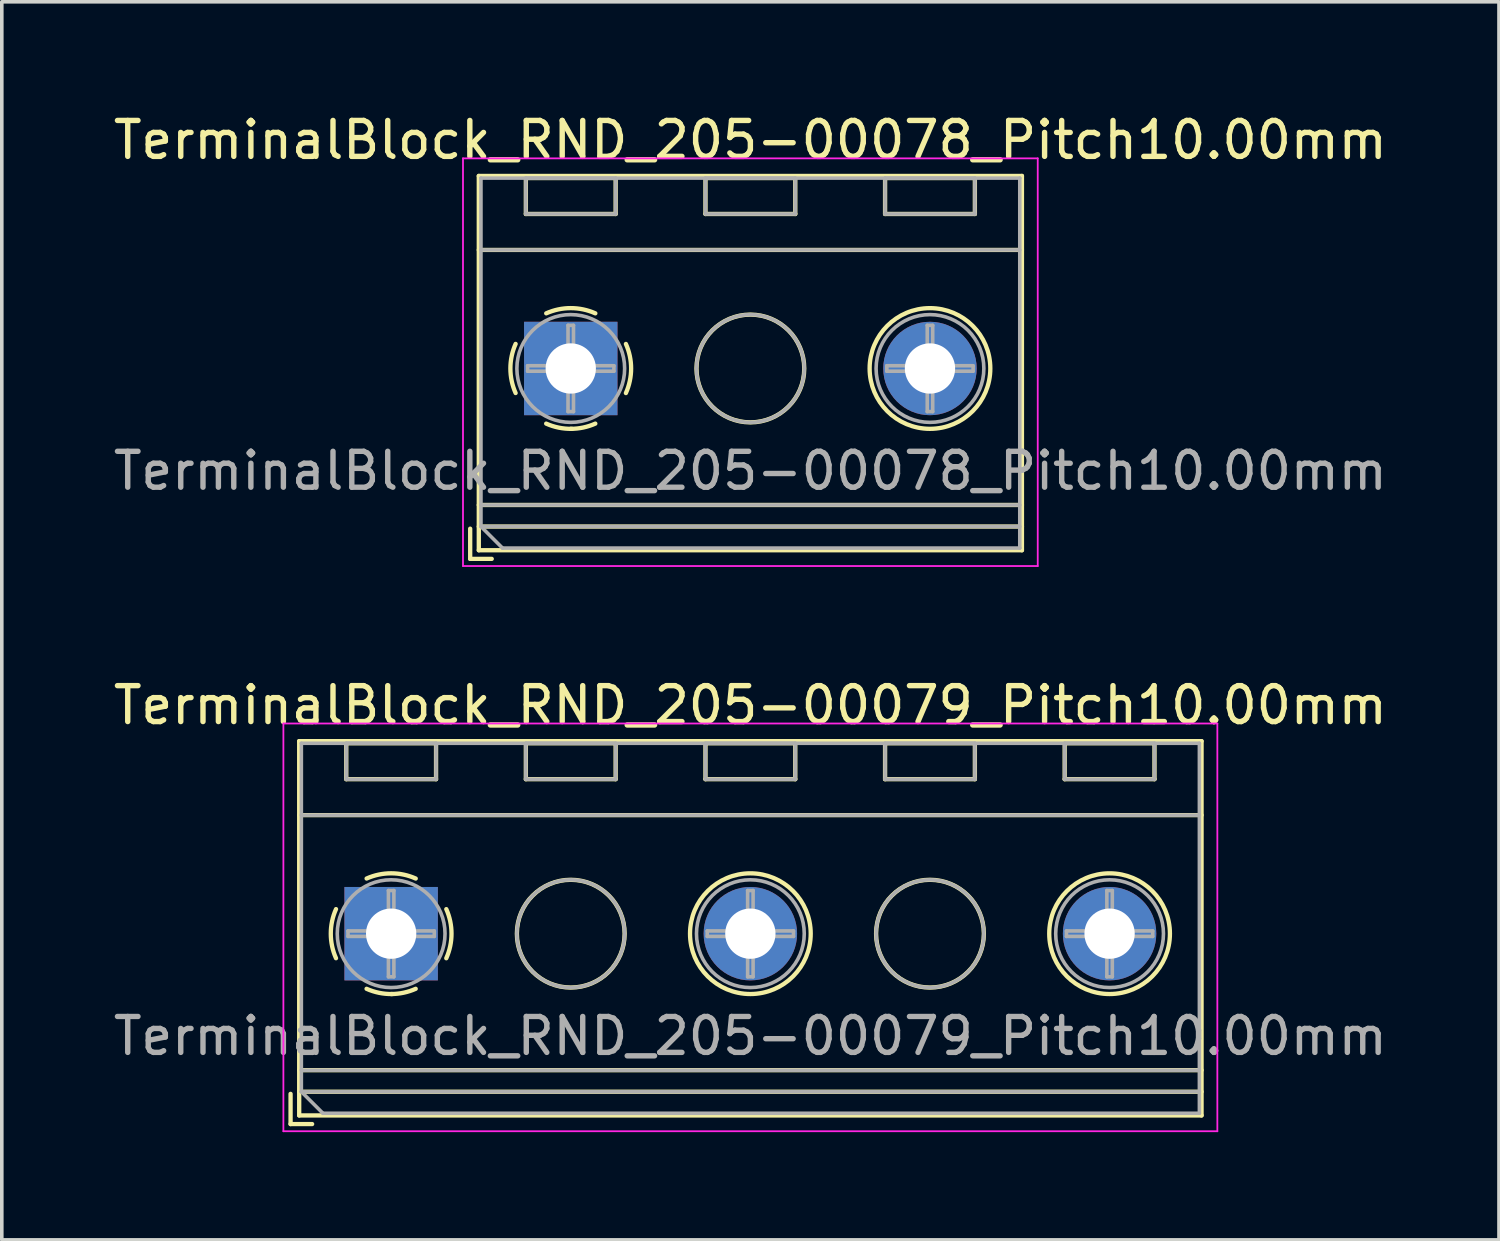
<source format=kicad_pcb>
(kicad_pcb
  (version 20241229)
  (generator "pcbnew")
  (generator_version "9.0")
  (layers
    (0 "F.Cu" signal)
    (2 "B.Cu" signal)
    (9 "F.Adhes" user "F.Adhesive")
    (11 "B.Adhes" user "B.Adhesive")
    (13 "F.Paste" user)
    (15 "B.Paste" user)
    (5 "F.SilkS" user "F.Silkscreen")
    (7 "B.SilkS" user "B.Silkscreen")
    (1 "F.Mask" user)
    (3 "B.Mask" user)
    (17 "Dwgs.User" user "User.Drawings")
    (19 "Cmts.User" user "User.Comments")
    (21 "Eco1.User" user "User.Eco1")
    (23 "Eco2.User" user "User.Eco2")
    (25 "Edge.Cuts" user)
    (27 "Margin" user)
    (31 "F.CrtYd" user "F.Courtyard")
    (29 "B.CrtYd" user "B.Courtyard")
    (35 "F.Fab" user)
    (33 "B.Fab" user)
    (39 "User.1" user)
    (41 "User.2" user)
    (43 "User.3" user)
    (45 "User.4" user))
  (footprint "TerminalBlock_RND_205-00079_Pitch10.00mm"
    (layer "F.Cu")
    (at 7.839 22.942)
    (property "Reference" "TerminalBlock_RND_205-00079_Pitch10.00mm" (at 10 -6.36 0) (layer "F.SilkS") (effects (font (size 1 1) (thickness 0.15))))
    (attr through_hole)
    (fp_line (start -2.8 4.46) (end -2.8 5.3) (stroke (width 0.12) (type solid)) (layer "F.SilkS"))
    (fp_line (start -2.8 5.3) (end -2.2 5.3) (stroke (width 0.12) (type solid)) (layer "F.SilkS"))
    (fp_line (start -2.56 -5.36) (end -2.56 5.06) (stroke (width 0.12) (type solid)) (layer "F.SilkS"))
    (fp_line (start -2.56 -3.3) (end 22.56 -3.3) (stroke (width 0.12) (type solid)) (layer "F.SilkS"))
    (fp_line (start -2.56 3.8) (end 22.56 3.8) (stroke (width 0.12) (type solid)) (layer "F.SilkS"))
    (fp_line (start -2.56 4.4) (end 22.56 4.4) (stroke (width 0.12) (type solid)) (layer "F.SilkS"))
    (fp_line (start -2.56 5.06) (end 22.56 5.06) (stroke (width 0.12) (type solid)) (layer "F.SilkS"))
    (fp_line (start -1.25 -5.301) (end -1.25 -4.301) (stroke (width 0.12) (type solid)) (layer "F.SilkS"))
    (fp_line (start -1.25 -5.301) (end 1.25 -5.301) (stroke (width 0.12) (type solid)) (layer "F.SilkS"))
    (fp_line (start -1.25 -4.301) (end 1.25 -4.301) (stroke (width 0.12) (type solid)) (layer "F.SilkS"))
    (fp_line (start 1.25 -5.301) (end 1.25 -4.301) (stroke (width 0.12) (type solid)) (layer "F.SilkS"))
    (fp_line (start 3.75 -5.301) (end 3.75 -4.301) (stroke (width 0.12) (type solid)) (layer "F.SilkS"))
    (fp_line (start 3.75 -5.301) (end 6.25 -5.301) (stroke (width 0.12) (type solid)) (layer "F.SilkS"))
    (fp_line (start 3.75 -4.301) (end 6.25 -4.301) (stroke (width 0.12) (type solid)) (layer "F.SilkS"))
    (fp_line (start 6.25 -5.301) (end 6.25 -4.301) (stroke (width 0.12) (type solid)) (layer "F.SilkS"))
    (fp_line (start 8.75 -5.301) (end 8.75 -4.301) (stroke (width 0.12) (type solid)) (layer "F.SilkS"))
    (fp_line (start 8.75 -5.301) (end 11.25 -5.301) (stroke (width 0.12) (type solid)) (layer "F.SilkS"))
    (fp_line (start 8.75 -4.301) (end 11.25 -4.301) (stroke (width 0.12) (type solid)) (layer "F.SilkS"))
    (fp_line (start 11.25 -5.301) (end 11.25 -4.301) (stroke (width 0.12) (type solid)) (layer "F.SilkS"))
    (fp_line (start 13.75 -5.301) (end 13.75 -4.301) (stroke (width 0.12) (type solid)) (layer "F.SilkS"))
    (fp_line (start 13.75 -5.301) (end 16.25 -5.301) (stroke (width 0.12) (type solid)) (layer "F.SilkS"))
    (fp_line (start 13.75 -4.301) (end 16.25 -4.301) (stroke (width 0.12) (type solid)) (layer "F.SilkS"))
    (fp_line (start 16.25 -5.301) (end 16.25 -4.301) (stroke (width 0.12) (type solid)) (layer "F.SilkS"))
    (fp_line (start 18.75 -5.301) (end 18.75 -4.301) (stroke (width 0.12) (type solid)) (layer "F.SilkS"))
    (fp_line (start 18.75 -5.301) (end 21.25 -5.301) (stroke (width 0.12) (type solid)) (layer "F.SilkS"))
    (fp_line (start 18.75 -4.301) (end 21.25 -4.301) (stroke (width 0.12) (type solid)) (layer "F.SilkS"))
    (fp_line (start 21.25 -5.301) (end 21.25 -4.301) (stroke (width 0.12) (type solid)) (layer "F.SilkS"))
    (fp_line (start 22.56 -5.36) (end -2.56 -5.36) (stroke (width 0.12) (type solid)) (layer "F.SilkS"))
    (fp_line (start 22.56 5.06) (end 22.56 -5.36) (stroke (width 0.12) (type solid)) (layer "F.SilkS"))
    (fp_arc (start -1.535427 0.683042) (mid -1.680501 -0.000524) (end -1.535 -0.684) (stroke (width 0.12) (type solid)) (layer "F.SilkS"))
    (fp_arc (start -0.683042 -1.535427) (mid 0.000524 -1.680501) (end 0.684 -1.535) (stroke (width 0.12) (type solid)) (layer "F.SilkS"))
    (fp_arc (start 0.028805 1.680253) (mid -0.335551 1.646659) (end -0.684 1.535) (stroke (width 0.12) (type solid)) (layer "F.SilkS"))
    (fp_arc (start 0.683318 1.534756) (mid 0.349292 1.643288) (end 0 1.68) (stroke (width 0.12) (type solid)) (layer "F.SilkS"))
    (fp_arc (start 1.535427 -0.683042) (mid 1.680501 0.000524) (end 1.535 0.684) (stroke (width 0.12) (type solid)) (layer "F.SilkS"))
    (fp_circle (center 5 0) (end 6.5 0) (stroke (width 0.12) (type solid)) (fill no) (layer "F.SilkS"))
    (fp_circle (center 10 0) (end 11.68 0) (stroke (width 0.12) (type solid)) (fill no) (layer "F.SilkS"))
    (fp_circle (center 15 0) (end 16.5 0) (stroke (width 0.12) (type solid)) (fill no) (layer "F.SilkS"))
    (fp_circle (center 20 0) (end 21.68 0) (stroke (width 0.12) (type solid)) (fill no) (layer "F.SilkS"))
    (fp_line (start -3 -5.85) (end -3 5.5) (stroke (width 0.05) (type solid)) (layer "F.CrtYd"))
    (fp_line (start -3 5.5) (end 23 5.5) (stroke (width 0.05) (type solid)) (layer "F.CrtYd"))
    (fp_line (start 23 -5.85) (end -3 -5.85) (stroke (width 0.05) (type solid)) (layer "F.CrtYd"))
    (fp_line (start 23 5.5) (end 23 -5.85) (stroke (width 0.05) (type solid)) (layer "F.CrtYd"))
    (fp_line (start -2.5 -5.3) (end 22.5 -5.3) (stroke (width 0.1) (type solid)) (layer "F.Fab"))
    (fp_line (start -2.5 -3.3) (end 22.5 -3.3) (stroke (width 0.1) (type solid)) (layer "F.Fab"))
    (fp_line (start -2.5 3.8) (end 22.5 3.8) (stroke (width 0.1) (type solid)) (layer "F.Fab"))
    (fp_line (start -2.5 4.4) (end -2.5 -5.3) (stroke (width 0.1) (type solid)) (layer "F.Fab"))
    (fp_line (start -2.5 4.4) (end 22.5 4.4) (stroke (width 0.1) (type solid)) (layer "F.Fab"))
    (fp_line (start -1.9 5) (end -2.5 4.4) (stroke (width 0.1) (type solid)) (layer "F.Fab"))
    (fp_line (start -1.25 -5.3) (end -1.25 -4.3) (stroke (width 0.1) (type solid)) (layer "F.Fab"))
    (fp_line (start -1.25 -4.3) (end 1.25 -4.3) (stroke (width 0.1) (type solid)) (layer "F.Fab"))
    (fp_line (start -1.201 -0.076) (end -0.076 -0.076) (stroke (width 0.1) (type solid)) (layer "F.Fab"))
    (fp_line (start -1.201 0.076) (end -1.201 -0.076) (stroke (width 0.1) (type solid)) (layer "F.Fab"))
    (fp_line (start -0.076 -1.201) (end 0.076 -1.201) (stroke (width 0.1) (type solid)) (layer "F.Fab"))
    (fp_line (start -0.076 -0.076) (end -0.076 -1.201) (stroke (width 0.1) (type solid)) (layer "F.Fab"))
    (fp_line (start -0.076 0.076) (end -1.201 0.076) (stroke (width 0.1) (type solid)) (layer "F.Fab"))
    (fp_line (start -0.076 1.201) (end -0.076 0.076) (stroke (width 0.1) (type solid)) (layer "F.Fab"))
    (fp_line (start 0.076 -1.201) (end 0.076 -0.076) (stroke (width 0.1) (type solid)) (layer "F.Fab"))
    (fp_line (start 0.076 -0.076) (end 1.201 -0.076) (stroke (width 0.1) (type solid)) (layer "F.Fab"))
    (fp_line (start 0.076 0.076) (end 0.076 1.201) (stroke (width 0.1) (type solid)) (layer "F.Fab"))
    (fp_line (start 0.076 1.201) (end -0.076 1.201) (stroke (width 0.1) (type solid)) (layer "F.Fab"))
    (fp_line (start 1.201 -0.076) (end 1.201 0.076) (stroke (width 0.1) (type solid)) (layer "F.Fab"))
    (fp_line (start 1.201 0.076) (end 0.076 0.076) (stroke (width 0.1) (type solid)) (layer "F.Fab"))
    (fp_line (start 1.25 -5.3) (end -1.25 -5.3) (stroke (width 0.1) (type solid)) (layer "F.Fab"))
    (fp_line (start 1.25 -4.3) (end 1.25 -5.3) (stroke (width 0.1) (type solid)) (layer "F.Fab"))
    (fp_line (start 3.75 -5.3) (end 3.75 -4.3) (stroke (width 0.1) (type solid)) (layer "F.Fab"))
    (fp_line (start 3.75 -4.3) (end 6.25 -4.3) (stroke (width 0.1) (type solid)) (layer "F.Fab"))
    (fp_line (start 6.25 -5.3) (end 3.75 -5.3) (stroke (width 0.1) (type solid)) (layer "F.Fab"))
    (fp_line (start 6.25 -4.3) (end 6.25 -5.3) (stroke (width 0.1) (type solid)) (layer "F.Fab"))
    (fp_line (start 8.75 -5.3) (end 8.75 -4.3) (stroke (width 0.1) (type solid)) (layer "F.Fab"))
    (fp_line (start 8.75 -4.3) (end 11.25 -4.3) (stroke (width 0.1) (type solid)) (layer "F.Fab"))
    (fp_line (start 8.799 -0.076) (end 9.924 -0.076) (stroke (width 0.1) (type solid)) (layer "F.Fab"))
    (fp_line (start 8.799 0.076) (end 8.799 -0.076) (stroke (width 0.1) (type solid)) (layer "F.Fab"))
    (fp_line (start 9.924 -1.201) (end 10.076 -1.201) (stroke (width 0.1) (type solid)) (layer "F.Fab"))
    (fp_line (start 9.924 -0.076) (end 9.924 -1.201) (stroke (width 0.1) (type solid)) (layer "F.Fab"))
    (fp_line (start 9.924 0.076) (end 8.799 0.076) (stroke (width 0.1) (type solid)) (layer "F.Fab"))
    (fp_line (start 9.924 1.201) (end 9.924 0.076) (stroke (width 0.1) (type solid)) (layer "F.Fab"))
    (fp_line (start 10.076 -1.201) (end 10.076 -0.076) (stroke (width 0.1) (type solid)) (layer "F.Fab"))
    (fp_line (start 10.076 -0.076) (end 11.201 -0.076) (stroke (width 0.1) (type solid)) (layer "F.Fab"))
    (fp_line (start 10.076 0.076) (end 10.076 1.201) (stroke (width 0.1) (type solid)) (layer "F.Fab"))
    (fp_line (start 10.076 1.201) (end 9.924 1.201) (stroke (width 0.1) (type solid)) (layer "F.Fab"))
    (fp_line (start 11.201 -0.076) (end 11.201 0.076) (stroke (width 0.1) (type solid)) (layer "F.Fab"))
    (fp_line (start 11.201 0.076) (end 10.076 0.076) (stroke (width 0.1) (type solid)) (layer "F.Fab"))
    (fp_line (start 11.25 -5.3) (end 8.75 -5.3) (stroke (width 0.1) (type solid)) (layer "F.Fab"))
    (fp_line (start 11.25 -4.3) (end 11.25 -5.3) (stroke (width 0.1) (type solid)) (layer "F.Fab"))
    (fp_line (start 13.75 -5.3) (end 13.75 -4.3) (stroke (width 0.1) (type solid)) (layer "F.Fab"))
    (fp_line (start 13.75 -4.3) (end 16.25 -4.3) (stroke (width 0.1) (type solid)) (layer "F.Fab"))
    (fp_line (start 16.25 -5.3) (end 13.75 -5.3) (stroke (width 0.1) (type solid)) (layer "F.Fab"))
    (fp_line (start 16.25 -4.3) (end 16.25 -5.3) (stroke (width 0.1) (type solid)) (layer "F.Fab"))
    (fp_line (start 18.75 -5.3) (end 18.75 -4.3) (stroke (width 0.1) (type solid)) (layer "F.Fab"))
    (fp_line (start 18.75 -4.3) (end 21.25 -4.3) (stroke (width 0.1) (type solid)) (layer "F.Fab"))
    (fp_line (start 18.799 -0.076) (end 19.924 -0.076) (stroke (width 0.1) (type solid)) (layer "F.Fab"))
    (fp_line (start 18.799 0.076) (end 18.799 -0.076) (stroke (width 0.1) (type solid)) (layer "F.Fab"))
    (fp_line (start 19.924 -1.201) (end 20.076 -1.201) (stroke (width 0.1) (type solid)) (layer "F.Fab"))
    (fp_line (start 19.924 -0.076) (end 19.924 -1.201) (stroke (width 0.1) (type solid)) (layer "F.Fab"))
    (fp_line (start 19.924 0.076) (end 18.799 0.076) (stroke (width 0.1) (type solid)) (layer "F.Fab"))
    (fp_line (start 19.924 1.201) (end 19.924 0.076) (stroke (width 0.1) (type solid)) (layer "F.Fab"))
    (fp_line (start 20.076 -1.201) (end 20.076 -0.076) (stroke (width 0.1) (type solid)) (layer "F.Fab"))
    (fp_line (start 20.076 -0.076) (end 21.201 -0.076) (stroke (width 0.1) (type solid)) (layer "F.Fab"))
    (fp_line (start 20.076 0.076) (end 20.076 1.201) (stroke (width 0.1) (type solid)) (layer "F.Fab"))
    (fp_line (start 20.076 1.201) (end 19.924 1.201) (stroke (width 0.1) (type solid)) (layer "F.Fab"))
    (fp_line (start 21.201 -0.076) (end 21.201 0.076) (stroke (width 0.1) (type solid)) (layer "F.Fab"))
    (fp_line (start 21.201 0.076) (end 20.076 0.076) (stroke (width 0.1) (type solid)) (layer "F.Fab"))
    (fp_line (start 21.25 -5.3) (end 18.75 -5.3) (stroke (width 0.1) (type solid)) (layer "F.Fab"))
    (fp_line (start 21.25 -4.3) (end 21.25 -5.3) (stroke (width 0.1) (type solid)) (layer "F.Fab"))
    (fp_line (start 22.5 -5.3) (end 22.5 5) (stroke (width 0.1) (type solid)) (layer "F.Fab"))
    (fp_line (start 22.5 5) (end -1.9 5) (stroke (width 0.1) (type solid)) (layer "F.Fab"))
    (fp_circle (center 0 0) (end 1.5 0) (stroke (width 0.1) (type solid)) (fill no) (layer "F.Fab"))
    (fp_circle (center 5 0) (end 6.5 0) (stroke (width 0.1) (type solid)) (fill no) (layer "F.Fab"))
    (fp_circle (center 10 0) (end 11.5 0) (stroke (width 0.1) (type solid)) (fill no) (layer "F.Fab"))
    (fp_circle (center 15 0) (end 16.5 0) (stroke (width 0.1) (type solid)) (fill no) (layer "F.Fab"))
    (fp_circle (center 20 0) (end 21.5 0) (stroke (width 0.1) (type solid)) (fill no) (layer "F.Fab"))
    (fp_text user "${REFERENCE}" (at 10 2.85 0) (layer "F.Fab") (effects (font (size 1 1) (thickness 0.15))))
    (pad "1" thru_hole rect (at 0 0) (size 2.6 2.6) (drill 1.4) (layers "*.Cu" "*.Mask"))
    (pad "2" thru_hole circle (at 10 0) (size 2.6 2.6) (drill 1.4) (layers "*.Cu" "*.Mask"))
    (pad "3" thru_hole circle (at 20 0) (size 2.6 2.6) (drill 1.4) (layers "*.Cu" "*.Mask")))
  (footprint "TerminalBlock_RND_205-00078_Pitch10.00mm"
    (layer "F.Cu")
    (at 12.839 7.208)
    (property "Reference" "TerminalBlock_RND_205-00078_Pitch10.00mm" (at 5 -6.36 0) (layer "F.SilkS") (effects (font (size 1 1) (thickness 0.15))))
    (attr through_hole)
    (fp_line (start -2.8 4.46) (end -2.8 5.3) (stroke (width 0.12) (type solid)) (layer "F.SilkS"))
    (fp_line (start -2.8 5.3) (end -2.2 5.3) (stroke (width 0.12) (type solid)) (layer "F.SilkS"))
    (fp_line (start -2.56 -5.36) (end -2.56 5.06) (stroke (width 0.12) (type solid)) (layer "F.SilkS"))
    (fp_line (start -2.56 -3.3) (end 12.56 -3.3) (stroke (width 0.12) (type solid)) (layer "F.SilkS"))
    (fp_line (start -2.56 3.8) (end 12.56 3.8) (stroke (width 0.12) (type solid)) (layer "F.SilkS"))
    (fp_line (start -2.56 4.4) (end 12.56 4.4) (stroke (width 0.12) (type solid)) (layer "F.SilkS"))
    (fp_line (start -2.56 5.06) (end 12.56 5.06) (stroke (width 0.12) (type solid)) (layer "F.SilkS"))
    (fp_line (start -1.25 -5.301) (end -1.25 -4.301) (stroke (width 0.12) (type solid)) (layer "F.SilkS"))
    (fp_line (start -1.25 -5.301) (end 1.25 -5.301) (stroke (width 0.12) (type solid)) (layer "F.SilkS"))
    (fp_line (start -1.25 -4.301) (end 1.25 -4.301) (stroke (width 0.12) (type solid)) (layer "F.SilkS"))
    (fp_line (start 1.25 -5.301) (end 1.25 -4.301) (stroke (width 0.12) (type solid)) (layer "F.SilkS"))
    (fp_line (start 3.75 -5.301) (end 3.75 -4.301) (stroke (width 0.12) (type solid)) (layer "F.SilkS"))
    (fp_line (start 3.75 -5.301) (end 6.25 -5.301) (stroke (width 0.12) (type solid)) (layer "F.SilkS"))
    (fp_line (start 3.75 -4.301) (end 6.25 -4.301) (stroke (width 0.12) (type solid)) (layer "F.SilkS"))
    (fp_line (start 6.25 -5.301) (end 6.25 -4.301) (stroke (width 0.12) (type solid)) (layer "F.SilkS"))
    (fp_line (start 8.75 -5.301) (end 8.75 -4.301) (stroke (width 0.12) (type solid)) (layer "F.SilkS"))
    (fp_line (start 8.75 -5.301) (end 11.25 -5.301) (stroke (width 0.12) (type solid)) (layer "F.SilkS"))
    (fp_line (start 8.75 -4.301) (end 11.25 -4.301) (stroke (width 0.12) (type solid)) (layer "F.SilkS"))
    (fp_line (start 11.25 -5.301) (end 11.25 -4.301) (stroke (width 0.12) (type solid)) (layer "F.SilkS"))
    (fp_line (start 12.56 -5.36) (end -2.56 -5.36) (stroke (width 0.12) (type solid)) (layer "F.SilkS"))
    (fp_line (start 12.56 5.06) (end 12.56 -5.36) (stroke (width 0.12) (type solid)) (layer "F.SilkS"))
    (fp_arc (start -1.535427 0.683042) (mid -1.680501 -0.000524) (end -1.535 -0.684) (stroke (width 0.12) (type solid)) (layer "F.SilkS"))
    (fp_arc (start -0.683042 -1.535427) (mid 0.000524 -1.680501) (end 0.684 -1.535) (stroke (width 0.12) (type solid)) (layer "F.SilkS"))
    (fp_arc (start 0.028805 1.680253) (mid -0.335551 1.646659) (end -0.684 1.535) (stroke (width 0.12) (type solid)) (layer "F.SilkS"))
    (fp_arc (start 0.683318 1.534756) (mid 0.349292 1.643288) (end 0 1.68) (stroke (width 0.12) (type solid)) (layer "F.SilkS"))
    (fp_arc (start 1.535427 -0.683042) (mid 1.680501 0.000524) (end 1.535 0.684) (stroke (width 0.12) (type solid)) (layer "F.SilkS"))
    (fp_circle (center 5 0) (end 6.5 0) (stroke (width 0.12) (type solid)) (fill no) (layer "F.SilkS"))
    (fp_circle (center 10 0) (end 11.68 0) (stroke (width 0.12) (type solid)) (fill no) (layer "F.SilkS"))
    (fp_line (start -3 -5.85) (end -3 5.5) (stroke (width 0.05) (type solid)) (layer "F.CrtYd"))
    (fp_line (start -3 5.5) (end 13 5.5) (stroke (width 0.05) (type solid)) (layer "F.CrtYd"))
    (fp_line (start 13 -5.85) (end -3 -5.85) (stroke (width 0.05) (type solid)) (layer "F.CrtYd"))
    (fp_line (start 13 5.5) (end 13 -5.85) (stroke (width 0.05) (type solid)) (layer "F.CrtYd"))
    (fp_line (start -2.5 -5.3) (end 12.5 -5.3) (stroke (width 0.1) (type solid)) (layer "F.Fab"))
    (fp_line (start -2.5 -3.3) (end 12.5 -3.3) (stroke (width 0.1) (type solid)) (layer "F.Fab"))
    (fp_line (start -2.5 3.8) (end 12.5 3.8) (stroke (width 0.1) (type solid)) (layer "F.Fab"))
    (fp_line (start -2.5 4.4) (end -2.5 -5.3) (stroke (width 0.1) (type solid)) (layer "F.Fab"))
    (fp_line (start -2.5 4.4) (end 12.5 4.4) (stroke (width 0.1) (type solid)) (layer "F.Fab"))
    (fp_line (start -1.9 5) (end -2.5 4.4) (stroke (width 0.1) (type solid)) (layer "F.Fab"))
    (fp_line (start -1.25 -5.3) (end -1.25 -4.3) (stroke (width 0.1) (type solid)) (layer "F.Fab"))
    (fp_line (start -1.25 -4.3) (end 1.25 -4.3) (stroke (width 0.1) (type solid)) (layer "F.Fab"))
    (fp_line (start -1.201 -0.076) (end -0.076 -0.076) (stroke (width 0.1) (type solid)) (layer "F.Fab"))
    (fp_line (start -1.201 0.076) (end -1.201 -0.076) (stroke (width 0.1) (type solid)) (layer "F.Fab"))
    (fp_line (start -0.076 -1.201) (end 0.076 -1.201) (stroke (width 0.1) (type solid)) (layer "F.Fab"))
    (fp_line (start -0.076 -0.076) (end -0.076 -1.201) (stroke (width 0.1) (type solid)) (layer "F.Fab"))
    (fp_line (start -0.076 0.076) (end -1.201 0.076) (stroke (width 0.1) (type solid)) (layer "F.Fab"))
    (fp_line (start -0.076 1.201) (end -0.076 0.076) (stroke (width 0.1) (type solid)) (layer "F.Fab"))
    (fp_line (start 0.076 -1.201) (end 0.076 -0.076) (stroke (width 0.1) (type solid)) (layer "F.Fab"))
    (fp_line (start 0.076 -0.076) (end 1.201 -0.076) (stroke (width 0.1) (type solid)) (layer "F.Fab"))
    (fp_line (start 0.076 0.076) (end 0.076 1.201) (stroke (width 0.1) (type solid)) (layer "F.Fab"))
    (fp_line (start 0.076 1.201) (end -0.076 1.201) (stroke (width 0.1) (type solid)) (layer "F.Fab"))
    (fp_line (start 1.201 -0.076) (end 1.201 0.076) (stroke (width 0.1) (type solid)) (layer "F.Fab"))
    (fp_line (start 1.201 0.076) (end 0.076 0.076) (stroke (width 0.1) (type solid)) (layer "F.Fab"))
    (fp_line (start 1.25 -5.3) (end -1.25 -5.3) (stroke (width 0.1) (type solid)) (layer "F.Fab"))
    (fp_line (start 1.25 -4.3) (end 1.25 -5.3) (stroke (width 0.1) (type solid)) (layer "F.Fab"))
    (fp_line (start 3.75 -5.3) (end 3.75 -4.3) (stroke (width 0.1) (type solid)) (layer "F.Fab"))
    (fp_line (start 3.75 -4.3) (end 6.25 -4.3) (stroke (width 0.1) (type solid)) (layer "F.Fab"))
    (fp_line (start 6.25 -5.3) (end 3.75 -5.3) (stroke (width 0.1) (type solid)) (layer "F.Fab"))
    (fp_line (start 6.25 -4.3) (end 6.25 -5.3) (stroke (width 0.1) (type solid)) (layer "F.Fab"))
    (fp_line (start 8.75 -5.3) (end 8.75 -4.3) (stroke (width 0.1) (type solid)) (layer "F.Fab"))
    (fp_line (start 8.75 -4.3) (end 11.25 -4.3) (stroke (width 0.1) (type solid)) (layer "F.Fab"))
    (fp_line (start 8.799 -0.076) (end 9.924 -0.076) (stroke (width 0.1) (type solid)) (layer "F.Fab"))
    (fp_line (start 8.799 0.076) (end 8.799 -0.076) (stroke (width 0.1) (type solid)) (layer "F.Fab"))
    (fp_line (start 9.924 -1.201) (end 10.076 -1.201) (stroke (width 0.1) (type solid)) (layer "F.Fab"))
    (fp_line (start 9.924 -0.076) (end 9.924 -1.201) (stroke (width 0.1) (type solid)) (layer "F.Fab"))
    (fp_line (start 9.924 0.076) (end 8.799 0.076) (stroke (width 0.1) (type solid)) (layer "F.Fab"))
    (fp_line (start 9.924 1.201) (end 9.924 0.076) (stroke (width 0.1) (type solid)) (layer "F.Fab"))
    (fp_line (start 10.076 -1.201) (end 10.076 -0.076) (stroke (width 0.1) (type solid)) (layer "F.Fab"))
    (fp_line (start 10.076 -0.076) (end 11.201 -0.076) (stroke (width 0.1) (type solid)) (layer "F.Fab"))
    (fp_line (start 10.076 0.076) (end 10.076 1.201) (stroke (width 0.1) (type solid)) (layer "F.Fab"))
    (fp_line (start 10.076 1.201) (end 9.924 1.201) (stroke (width 0.1) (type solid)) (layer "F.Fab"))
    (fp_line (start 11.201 -0.076) (end 11.201 0.076) (stroke (width 0.1) (type solid)) (layer "F.Fab"))
    (fp_line (start 11.201 0.076) (end 10.076 0.076) (stroke (width 0.1) (type solid)) (layer "F.Fab"))
    (fp_line (start 11.25 -5.3) (end 8.75 -5.3) (stroke (width 0.1) (type solid)) (layer "F.Fab"))
    (fp_line (start 11.25 -4.3) (end 11.25 -5.3) (stroke (width 0.1) (type solid)) (layer "F.Fab"))
    (fp_line (start 12.5 -5.3) (end 12.5 5) (stroke (width 0.1) (type solid)) (layer "F.Fab"))
    (fp_line (start 12.5 5) (end -1.9 5) (stroke (width 0.1) (type solid)) (layer "F.Fab"))
    (fp_circle (center 0 0) (end 1.5 0) (stroke (width 0.1) (type solid)) (fill no) (layer "F.Fab"))
    (fp_circle (center 5 0) (end 6.5 0) (stroke (width 0.1) (type solid)) (fill no) (layer "F.Fab"))
    (fp_circle (center 10 0) (end 11.5 0) (stroke (width 0.1) (type solid)) (fill no) (layer "F.Fab"))
    (fp_text user "${REFERENCE}" (at 5 2.85 0) (layer "F.Fab") (effects (font (size 1 1) (thickness 0.15))))
    (pad "1" thru_hole rect (at 0 0) (size 2.6 2.6) (drill 1.4) (layers "*.Cu" "*.Mask"))
    (pad "2" thru_hole circle (at 10 0) (size 2.6 2.6) (drill 1.4) (layers "*.Cu" "*.Mask")))
  (gr_rect
    (start -3 -3)
    (end 38.679 31.466)
    (stroke (width 0.1) (type default))
    (fill no)
    (layer "Edge.Cuts")))
</source>
